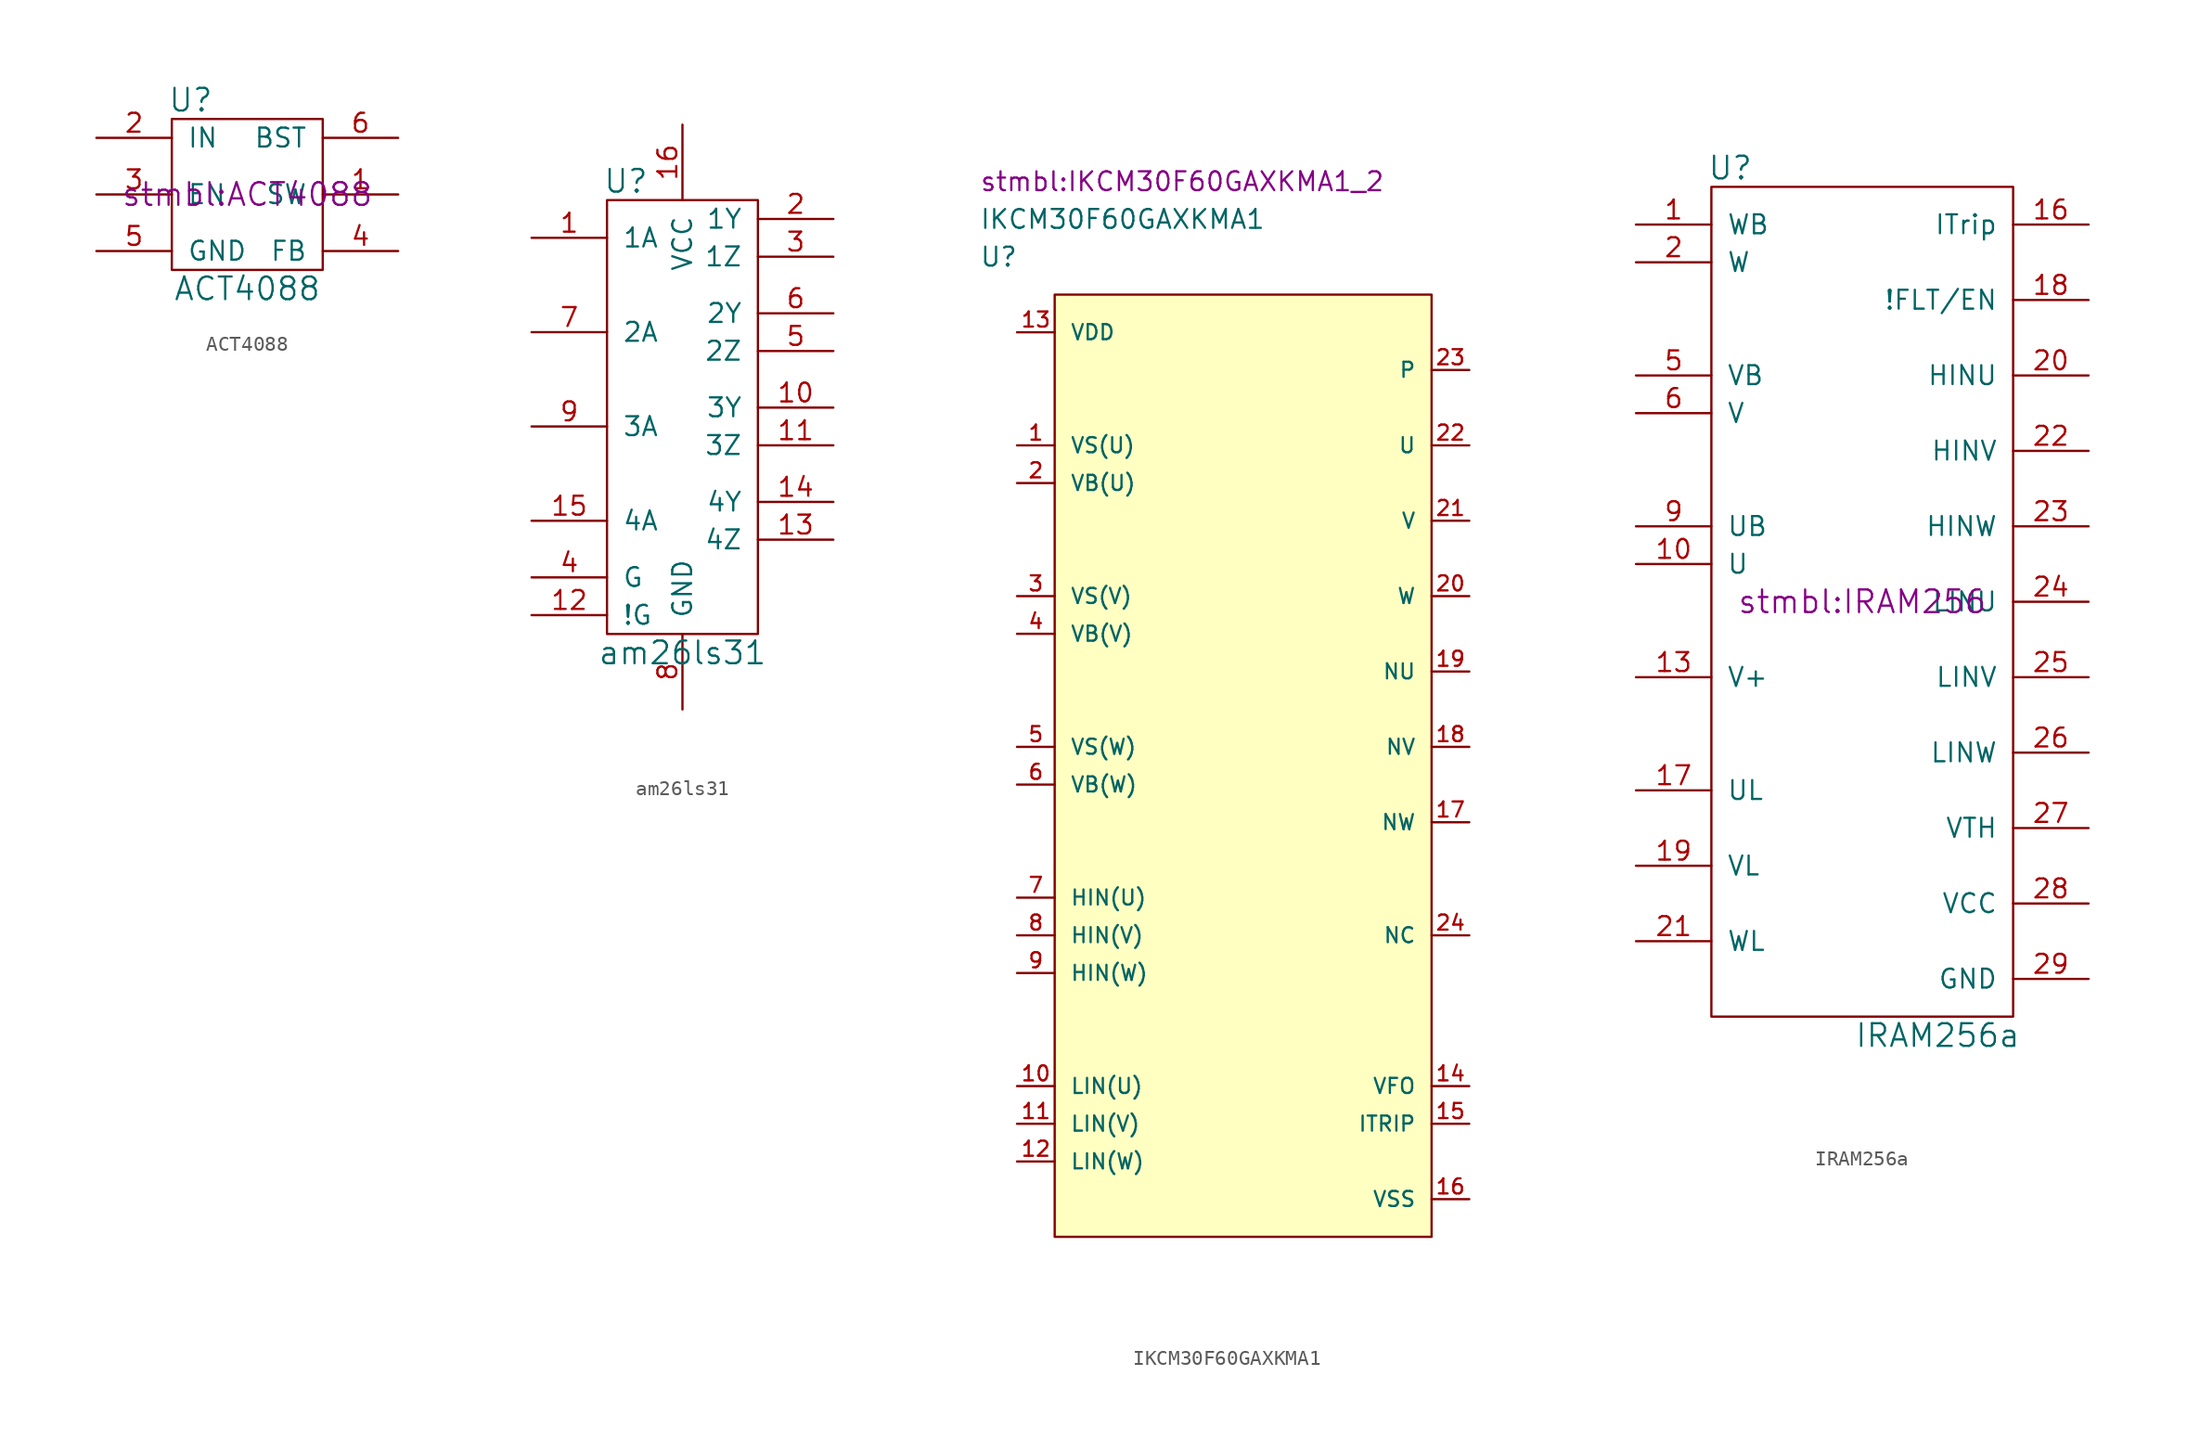
<source format=kicad_sym>
(kicad_symbol_lib
  (version 20220914)
  (generator kicad_symbol_editor)
  (symbol "ACT4088"
    (pin_names
      (offset 1.016))
    (property "Reference" "U"
      (at -3.81 6.35 0)
      (effects (font (size 1.524 1.524))))
    (property "Value" "ACT4088"
      (at 0 -6.35 0)
      (effects (font (size 1.524 1.524))))
    (property "Footprint" "stmbl:ACT4088"
      (at 0 0 0)
      (effects (font (size 1.524 1.524))))
    (property "Datasheet" ""
      (at 0 0 0)
      (effects (font (size 1.524 1.524))))
    (symbol "ACT4088_0_1"
      (rectangle (start -5.08 5.08) (end 5.08 -5.08) (stroke (width 0) (type default)) (fill (type none))))
    (symbol "ACT4088_1_1"
      (pin power_out line (at 10.16 0 180) (length 5.08) (name "SW" (effects (font (size 1.27 1.27)))) (number "1" (effects (font (size 1.27 1.27)))))
      (pin power_in line (at -10.16 3.81 0) (length 5.08) (name "IN" (effects (font (size 1.27 1.27)))) (number "2" (effects (font (size 1.27 1.27)))))
      (pin input line (at -10.16 0 0) (length 5.08) (name "EN" (effects (font (size 1.27 1.27)))) (number "3" (effects (font (size 1.27 1.27)))))
      (pin input line (at 10.16 -3.81 180) (length 5.08) (name "FB" (effects (font (size 1.27 1.27)))) (number "4" (effects (font (size 1.27 1.27)))))
      (pin power_in line (at -10.16 -3.81 0) (length 5.08) (name "GND" (effects (font (size 1.27 1.27)))) (number "5" (effects (font (size 1.27 1.27)))))
      (pin power_in line (at 10.16 3.81 180) (length 5.08) (name "BST" (effects (font (size 1.27 1.27)))) (number "6" (effects (font (size 1.27 1.27)))))))
  (symbol "am26ls31"
    (pin_names
      (offset 1.016))
    (property "Reference" "U"
      (at -3.81 12.7 0)
      (effects (font (size 1.524 1.524))))
    (property "Value" "am26ls31"
      (at 0 -19.05 0)
      (effects (font (size 1.524 1.524))))
    (symbol "am26ls31_0_1"
      (rectangle (start 5.08 11.43) (end -5.08 -17.78) (stroke (width 0) (type default)) (fill (type none))))
    (symbol "am26ls31_1_1"
      (pin input line (at -10.16 8.89 0) (length 5.08) (name "1A" (effects (font (size 1.27 1.27)))) (number "1" (effects (font (size 1.27 1.27)))))
      (pin output line (at 10.16 -2.54 180) (length 5.08) (name "3Y" (effects (font (size 1.27 1.27)))) (number "10" (effects (font (size 1.27 1.27)))))
      (pin output line (at 10.16 -5.08 180) (length 5.08) (name "3Z" (effects (font (size 1.27 1.27)))) (number "11" (effects (font (size 1.27 1.27)))))
      (pin input line (at -10.16 -16.51 0) (length 5.08) (name "!G" (effects (font (size 1.27 1.27)))) (number "12" (effects (font (size 1.27 1.27)))))
      (pin output line (at 10.16 -11.43 180) (length 5.08) (name "4Z" (effects (font (size 1.27 1.27)))) (number "13" (effects (font (size 1.27 1.27)))))
      (pin output line (at 10.16 -8.89 180) (length 5.08) (name "4Y" (effects (font (size 1.27 1.27)))) (number "14" (effects (font (size 1.27 1.27)))))
      (pin input line (at -10.16 -10.16 0) (length 5.08) (name "4A" (effects (font (size 1.27 1.27)))) (number "15" (effects (font (size 1.27 1.27)))))
      (pin power_in line (at 0 16.51 270) (length 5.08) (name "VCC" (effects (font (size 1.27 1.27)))) (number "16" (effects (font (size 1.27 1.27)))))
      (pin output line (at 10.16 10.16 180) (length 5.08) (name "1Y" (effects (font (size 1.27 1.27)))) (number "2" (effects (font (size 1.27 1.27)))))
      (pin output line (at 10.16 7.62 180) (length 5.08) (name "1Z" (effects (font (size 1.27 1.27)))) (number "3" (effects (font (size 1.27 1.27)))))
      (pin input line (at -10.16 -13.97 0) (length 5.08) (name "G" (effects (font (size 1.27 1.27)))) (number "4" (effects (font (size 1.27 1.27)))))
      (pin output line (at 10.16 1.27 180) (length 5.08) (name "2Z" (effects (font (size 1.27 1.27)))) (number "5" (effects (font (size 1.27 1.27)))))
      (pin output line (at 10.16 3.81 180) (length 5.08) (name "2Y" (effects (font (size 1.27 1.27)))) (number "6" (effects (font (size 1.27 1.27)))))
      (pin input line (at -10.16 2.54 0) (length 5.08) (name "2A" (effects (font (size 1.27 1.27)))) (number "7" (effects (font (size 1.27 1.27)))))
      (pin power_in line (at 0 -22.86 90) (length 5.08) (name "GND" (effects (font (size 1.27 1.27)))) (number "8" (effects (font (size 1.27 1.27)))))
      (pin input line (at -10.16 -3.81 0) (length 5.08) (name "3A" (effects (font (size 1.27 1.27)))) (number "9" (effects (font (size 1.27 1.27)))))))
  (symbol "IKCM30F60GAXKMA1"
    (pin_names
      (offset 1.016))
    (property "Reference" "U"
      (at 0 5.08 0)
      (effects (font (size 1.27 1.27)) (justify left)))
    (property "Value" "IKCM30F60GAXKMA1"
      (at 0 7.62 0)
      (effects (font (size 1.27 1.27)) (justify left)))
    (property "Footprint" "stmbl:IKCM30F60GAXKMA1_2"
      (at 0 10.16 0)
      (effects (font (size 1.27 1.27)) (justify left)))
    (symbol "IKCM30F60GAXKMA1_1_1"
      (rectangle (start 5.08 2.54) (end 30.48 -60.96) (stroke (width 0) (type default)) (fill (type background)))
      (pin power_in line (at 2.54 -7.62 0) (length 2.54) (name "VS(U)" (effects (font (size 1.016 1.016)))) (number "1" (effects (font (size 1.016 1.016)))))
      (pin input line (at 2.54 -50.8 0) (length 2.54) (name "LIN(U)" (effects (font (size 1.016 1.016)))) (number "10" (effects (font (size 1.016 1.016)))))
      (pin input line (at 2.54 -53.34 0) (length 2.54) (name "LIN(V)" (effects (font (size 1.016 1.016)))) (number "11" (effects (font (size 1.016 1.016)))))
      (pin input line (at 2.54 -55.88 0) (length 2.54) (name "LIN(W)" (effects (font (size 1.016 1.016)))) (number "12" (effects (font (size 1.016 1.016)))))
      (pin power_in line (at 2.54 0 0) (length 2.54) (name "VDD" (effects (font (size 1.016 1.016)))) (number "13" (effects (font (size 1.016 1.016)))))
      (pin passive line (at 33.02 -50.8 180) (length 2.54) (name "VFO" (effects (font (size 1.016 1.016)))) (number "14" (effects (font (size 1.016 1.016)))))
      (pin passive line (at 33.02 -53.34 180) (length 2.54) (name "ITRIP" (effects (font (size 1.016 1.016)))) (number "15" (effects (font (size 1.016 1.016)))))
      (pin power_in line (at 33.02 -58.42 180) (length 2.54) (name "VSS" (effects (font (size 1.016 1.016)))) (number "16" (effects (font (size 1.016 1.016)))))
      (pin input line (at 33.02 -33.02 180) (length 2.54) (name "NW" (effects (font (size 1.016 1.016)))) (number "17" (effects (font (size 1.016 1.016)))))
      (pin passive line (at 33.02 -27.94 180) (length 2.54) (name "NV" (effects (font (size 1.016 1.016)))) (number "18" (effects (font (size 1.016 1.016)))))
      (pin passive line (at 33.02 -22.86 180) (length 2.54) (name "NU" (effects (font (size 1.016 1.016)))) (number "19" (effects (font (size 1.016 1.016)))))
      (pin power_in line (at 2.54 -10.16 0) (length 2.54) (name "VB(U)" (effects (font (size 1.016 1.016)))) (number "2" (effects (font (size 1.016 1.016)))))
      (pin passive line (at 33.02 -17.78 180) (length 2.54) (name "W" (effects (font (size 1.016 1.016)))) (number "20" (effects (font (size 1.016 1.016)))))
      (pin passive line (at 33.02 -12.7 180) (length 2.54) (name "V" (effects (font (size 1.016 1.016)))) (number "21" (effects (font (size 1.016 1.016)))))
      (pin passive line (at 33.02 -7.62 180) (length 2.54) (name "U" (effects (font (size 1.016 1.016)))) (number "22" (effects (font (size 1.016 1.016)))))
      (pin passive line (at 33.02 -2.54 180) (length 2.54) (name "P" (effects (font (size 1.016 1.016)))) (number "23" (effects (font (size 1.016 1.016)))))
      (pin passive line (at 33.02 -40.64 180) (length 2.54) (name "NC" (effects (font (size 1.016 1.016)))) (number "24" (effects (font (size 1.016 1.016)))))
      (pin power_in line (at 2.54 -17.78 0) (length 2.54) (name "VS(V)" (effects (font (size 1.016 1.016)))) (number "3" (effects (font (size 1.016 1.016)))))
      (pin power_in line (at 2.54 -20.32 0) (length 2.54) (name "VB(V)" (effects (font (size 1.016 1.016)))) (number "4" (effects (font (size 1.016 1.016)))))
      (pin power_in line (at 2.54 -27.94 0) (length 2.54) (name "VS(W)" (effects (font (size 1.016 1.016)))) (number "5" (effects (font (size 1.016 1.016)))))
      (pin power_in line (at 2.54 -30.48 0) (length 2.54) (name "VB(W)" (effects (font (size 1.016 1.016)))) (number "6" (effects (font (size 1.016 1.016)))))
      (pin input line (at 2.54 -38.1 0) (length 2.54) (name "HIN(U)" (effects (font (size 1.016 1.016)))) (number "7" (effects (font (size 1.016 1.016)))))
      (pin input line (at 2.54 -40.64 0) (length 2.54) (name "HIN(V)" (effects (font (size 1.016 1.016)))) (number "8" (effects (font (size 1.016 1.016)))))
      (pin input line (at 2.54 -43.18 0) (length 2.54) (name "HIN(W)" (effects (font (size 1.016 1.016)))) (number "9" (effects (font (size 1.016 1.016)))))))
  (symbol "IRAM256a"
    (pin_names
      (offset 1.016))
    (property "Reference" "U"
      (at -8.89 29.21 0)
      (effects (font (size 1.524 1.524))))
    (property "Value" "IRAM256a"
      (at 5.08 -29.21 0)
      (effects (font (size 1.524 1.524))))
    (property "Footprint" "stmbl:IRAM256"
      (at 0 0 0)
      (effects (font (size 1.524 1.524))))
    (property "Datasheet" ""
      (at 0 0 0)
      (effects (font (size 1.524 1.524))))
    (symbol "IRAM256a_0_1"
      (rectangle (start -10.16 27.94) (end 10.16 -27.94) (stroke (width 0) (type default)) (fill (type none))))
    (symbol "IRAM256a_1_1"
      (pin bidirectional line (at -15.24 25.4 0) (length 5.08) (name "WB" (effects (font (size 1.27 1.27)))) (number "1" (effects (font (size 1.27 1.27)))))
      (pin bidirectional line (at -15.24 2.54 0) (length 5.08) (name "U" (effects (font (size 1.27 1.27)))) (number "10" (effects (font (size 1.27 1.27)))))
      (pin bidirectional line (at -15.24 -5.08 0) (length 5.08) (name "V+" (effects (font (size 1.27 1.27)))) (number "13" (effects (font (size 1.27 1.27)))))
      (pin input line (at 15.24 25.4 180) (length 5.08) (name "ITrip" (effects (font (size 1.27 1.27)))) (number "16" (effects (font (size 1.27 1.27)))))
      (pin bidirectional line (at -15.24 -12.7 0) (length 5.08) (name "UL" (effects (font (size 1.27 1.27)))) (number "17" (effects (font (size 1.27 1.27)))))
      (pin input line (at 15.24 20.32 180) (length 5.08) (name "!FLT/EN" (effects (font (size 1.27 1.27)))) (number "18" (effects (font (size 1.27 1.27)))))
      (pin bidirectional line (at -15.24 -17.78 0) (length 5.08) (name "VL" (effects (font (size 1.27 1.27)))) (number "19" (effects (font (size 1.27 1.27)))))
      (pin bidirectional line (at -15.24 22.86 0) (length 5.08) (name "W" (effects (font (size 1.27 1.27)))) (number "2" (effects (font (size 1.27 1.27)))))
      (pin input line (at 15.24 15.24 180) (length 5.08) (name "HINU" (effects (font (size 1.27 1.27)))) (number "20" (effects (font (size 1.27 1.27)))))
      (pin bidirectional line (at -15.24 -22.86 0) (length 5.08) (name "WL" (effects (font (size 1.27 1.27)))) (number "21" (effects (font (size 1.27 1.27)))))
      (pin input line (at 15.24 10.16 180) (length 5.08) (name "HINV" (effects (font (size 1.27 1.27)))) (number "22" (effects (font (size 1.27 1.27)))))
      (pin input line (at 15.24 5.08 180) (length 5.08) (name "HINW" (effects (font (size 1.27 1.27)))) (number "23" (effects (font (size 1.27 1.27)))))
      (pin input line (at 15.24 0 180) (length 5.08) (name "LINU" (effects (font (size 1.27 1.27)))) (number "24" (effects (font (size 1.27 1.27)))))
      (pin input line (at 15.24 -5.08 180) (length 5.08) (name "LINV" (effects (font (size 1.27 1.27)))) (number "25" (effects (font (size 1.27 1.27)))))
      (pin input line (at 15.24 -10.16 180) (length 5.08) (name "LINW" (effects (font (size 1.27 1.27)))) (number "26" (effects (font (size 1.27 1.27)))))
      (pin output line (at 15.24 -15.24 180) (length 5.08) (name "VTH" (effects (font (size 1.27 1.27)))) (number "27" (effects (font (size 1.27 1.27)))))
      (pin power_in line (at 15.24 -20.32 180) (length 5.08) (name "VCC" (effects (font (size 1.27 1.27)))) (number "28" (effects (font (size 1.27 1.27)))))
      (pin power_in line (at 15.24 -25.4 180) (length 5.08) (name "GND" (effects (font (size 1.27 1.27)))) (number "29" (effects (font (size 1.27 1.27)))))
      (pin bidirectional line (at -15.24 15.24 0) (length 5.08) (name "VB" (effects (font (size 1.27 1.27)))) (number "5" (effects (font (size 1.27 1.27)))))
      (pin bidirectional line (at -15.24 12.7 0) (length 5.08) (name "V" (effects (font (size 1.27 1.27)))) (number "6" (effects (font (size 1.27 1.27)))))
      (pin bidirectional line (at -15.24 5.08 0) (length 5.08) (name "UB" (effects (font (size 1.27 1.27)))) (number "9" (effects (font (size 1.27 1.27))))))))
</source>
